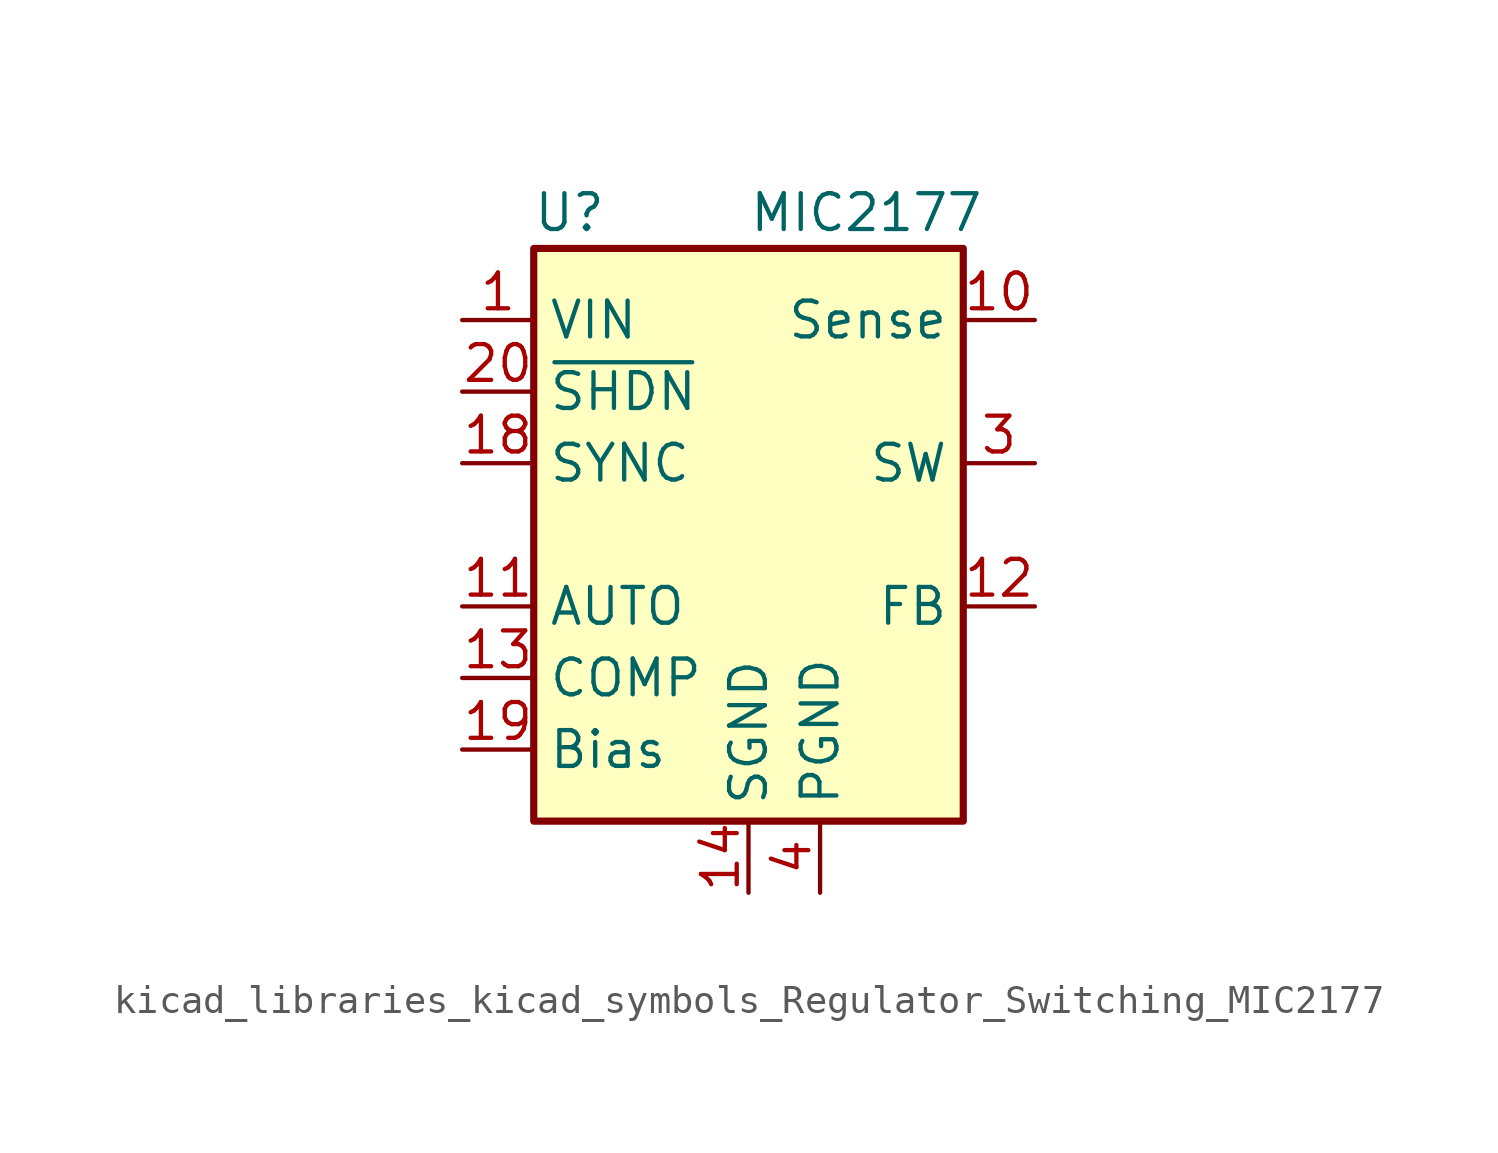
<source format=kicad_sym>
(kicad_symbol_lib
  (version 20220914)
  (generator kicad_symbol_editor)
  (symbol "kicad_libraries_kicad_symbols_Regulator_Switching_MIC2177"
    (property "Reference" "U"
      (at -6.35 13.97 0)
      (effects (font (size 1.27 1.27))))
    (property "Value" "MIC2177"
      (at 0 13.97 0)
      (effects (font (size 1.27 1.27)) (justify left)))
    (symbol "kicad_libraries_kicad_symbols_Regulator_Switching_MIC2177_0_1"
      (rectangle (start -7.62 12.7) (end 7.62 -7.62) (stroke (width 0.254) (type default)) (fill (type background))))
    (symbol "kicad_libraries_kicad_symbols_Regulator_Switching_MIC2177_1_1"
      (pin power_in line (at -10.16 10.16 0) (length 2.54) (name "VIN" (effects (font (size 1.27 1.27)))) (number "1" (effects (font (size 1.27 1.27)))))
      (pin input line (at 10.16 10.16 180) (length 2.54) (name "Sense" (effects (font (size 1.27 1.27)))) (number "10" (effects (font (size 1.27 1.27)))))
      (pin input line (at -10.16 0 0) (length 2.54) (name "AUTO" (effects (font (size 1.27 1.27)))) (number "11" (effects (font (size 1.27 1.27)))))
      (pin input line (at 10.16 0 180) (length 2.54) (name "FB" (effects (font (size 1.27 1.27)))) (number "12" (effects (font (size 1.27 1.27)))))
      (pin input line (at -10.16 -2.54 0) (length 2.54) (name "COMP" (effects (font (size 1.27 1.27)))) (number "13" (effects (font (size 1.27 1.27)))))
      (pin power_in line (at 0 -10.16 90) (length 2.54) (name "SGND" (effects (font (size 1.27 1.27)))) (number "14" (effects (font (size 1.27 1.27)))))
      (pin passive line (at 0 -10.16 90) (length 2.54) hide (name "SGND" (effects (font (size 1.27 1.27)))) (number "15" (effects (font (size 1.27 1.27)))))
      (pin passive line (at 0 -10.16 90) (length 2.54) hide (name "SGND" (effects (font (size 1.27 1.27)))) (number "16" (effects (font (size 1.27 1.27)))))
      (pin passive line (at 0 -10.16 90) (length 2.54) hide (name "SGND" (effects (font (size 1.27 1.27)))) (number "17" (effects (font (size 1.27 1.27)))))
      (pin input line (at -10.16 5.08 0) (length 2.54) (name "SYNC" (effects (font (size 1.27 1.27)))) (number "18" (effects (font (size 1.27 1.27)))))
      (pin input line (at -10.16 -5.08 0) (length 2.54) (name "Bias" (effects (font (size 1.27 1.27)))) (number "19" (effects (font (size 1.27 1.27)))))
      (pin passive line (at -10.16 10.16 0) (length 2.54) hide (name "VIN" (effects (font (size 1.27 1.27)))) (number "2" (effects (font (size 1.27 1.27)))))
      (pin input line (at -10.16 7.62 0) (length 2.54) (name "~{SHDN}" (effects (font (size 1.27 1.27)))) (number "20" (effects (font (size 1.27 1.27)))))
      (pin output line (at 10.16 5.08 180) (length 2.54) (name "SW" (effects (font (size 1.27 1.27)))) (number "3" (effects (font (size 1.27 1.27)))))
      (pin power_in line (at 2.54 -10.16 90) (length 2.54) (name "PGND" (effects (font (size 1.27 1.27)))) (number "4" (effects (font (size 1.27 1.27)))))
      (pin passive line (at 2.54 -10.16 90) (length 2.54) hide (name "PGND" (effects (font (size 1.27 1.27)))) (number "5" (effects (font (size 1.27 1.27)))))
      (pin passive line (at 2.54 -10.16 90) (length 2.54) hide (name "PGND" (effects (font (size 1.27 1.27)))) (number "6" (effects (font (size 1.27 1.27)))))
      (pin passive line (at 2.54 -10.16 90) (length 2.54) hide (name "PGND" (effects (font (size 1.27 1.27)))) (number "7" (effects (font (size 1.27 1.27)))))
      (pin passive line (at 10.16 5.08 180) (length 2.54) hide (name "SW" (effects (font (size 1.27 1.27)))) (number "8" (effects (font (size 1.27 1.27)))))
      (pin passive line (at -10.16 10.16 0) (length 2.54) hide (name "VIN" (effects (font (size 1.27 1.27)))) (number "9" (effects (font (size 1.27 1.27))))))))
</source>
